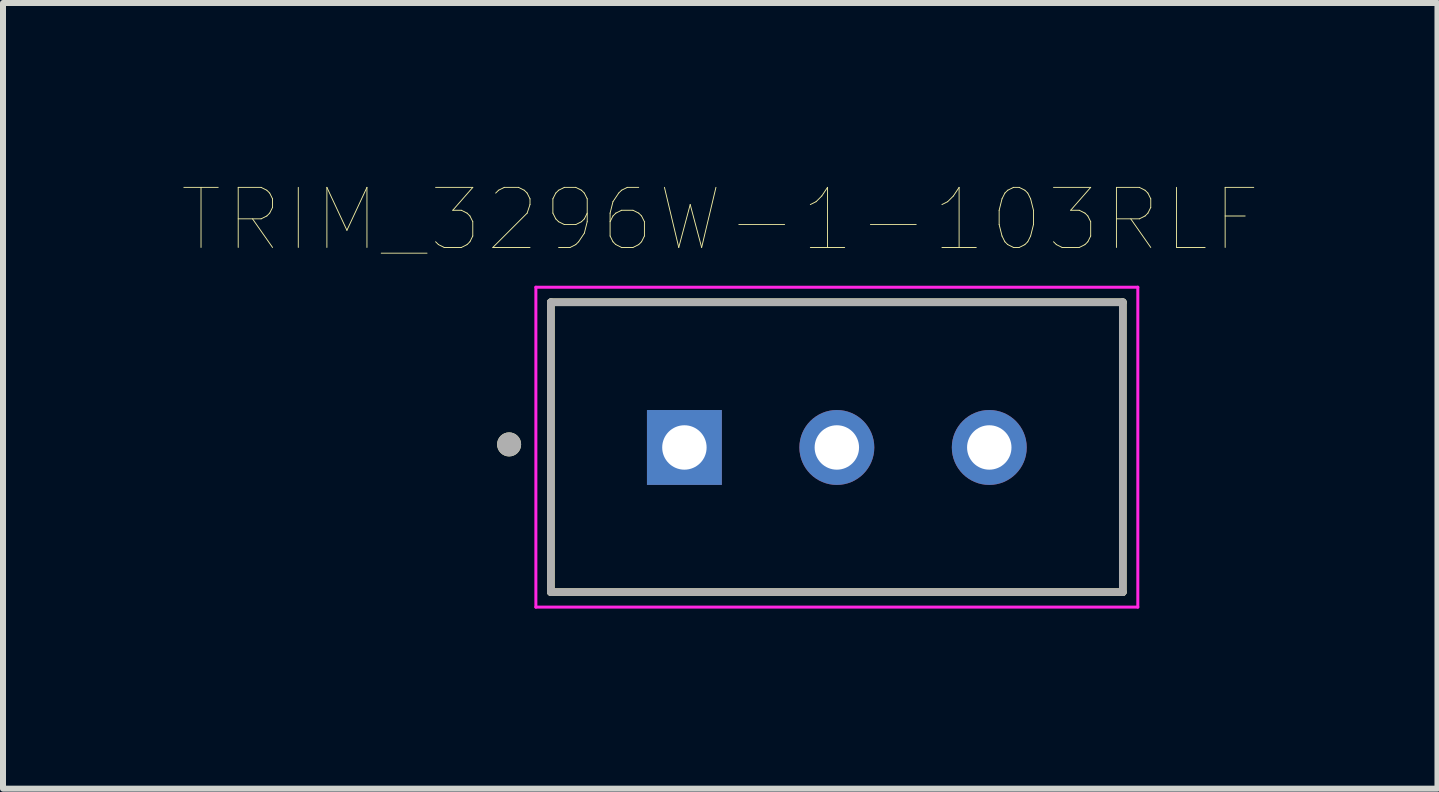
<source format=kicad_pcb>
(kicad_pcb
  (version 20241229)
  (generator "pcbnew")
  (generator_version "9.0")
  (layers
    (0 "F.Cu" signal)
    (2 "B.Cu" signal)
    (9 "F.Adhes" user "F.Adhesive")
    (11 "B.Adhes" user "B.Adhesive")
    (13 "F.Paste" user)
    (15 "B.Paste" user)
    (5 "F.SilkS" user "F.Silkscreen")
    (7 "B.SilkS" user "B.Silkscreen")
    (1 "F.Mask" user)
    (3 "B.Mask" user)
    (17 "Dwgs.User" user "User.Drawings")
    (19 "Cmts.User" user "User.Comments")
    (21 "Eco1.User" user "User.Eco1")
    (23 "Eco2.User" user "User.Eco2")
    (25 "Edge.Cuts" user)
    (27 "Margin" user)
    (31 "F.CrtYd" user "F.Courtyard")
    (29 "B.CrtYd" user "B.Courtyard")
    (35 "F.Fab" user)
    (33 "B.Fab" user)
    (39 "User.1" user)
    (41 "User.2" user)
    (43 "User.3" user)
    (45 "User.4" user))
  (footprint "TRIM_3296W-1-103RLF"
    (layer "F.Cu")
    (at 10.894 4.406)
    (property "Reference" "TRIM_3296W-1-103RLF" (at -1.943 -3.795 0) (layer "F.SilkS") (effects (font (size 1.001 1.001) (thickness 0.015))))
    (attr through_hole)
    (fp_line (start -4.765 -2.42) (end -4.765 2.41) (stroke (width 0.127) (type solid)) (layer "F.SilkS"))
    (fp_line (start -4.765 2.41) (end 4.765 2.41) (stroke (width 0.127) (type solid)) (layer "F.SilkS"))
    (fp_line (start 4.765 -2.42) (end -4.765 -2.42) (stroke (width 0.127) (type solid)) (layer "F.SilkS"))
    (fp_line (start 4.765 2.41) (end 4.765 -2.42) (stroke (width 0.127) (type solid)) (layer "F.SilkS"))
    (fp_circle (center -5.461 -0.051) (end -5.361 -0.051) (stroke (width 0.2) (type solid)) (fill no) (layer "F.SilkS"))
    (fp_line (start -5.015 -2.67) (end 5.015 -2.67) (stroke (width 0.05) (type solid)) (layer "F.CrtYd"))
    (fp_line (start -5.015 2.66) (end -5.015 -2.67) (stroke (width 0.05) (type solid)) (layer "F.CrtYd"))
    (fp_line (start 5.015 -2.67) (end 5.015 2.66) (stroke (width 0.05) (type solid)) (layer "F.CrtYd"))
    (fp_line (start 5.015 2.66) (end -5.015 2.66) (stroke (width 0.05) (type solid)) (layer "F.CrtYd"))
    (fp_line (start -4.765 -2.42) (end -4.765 2.41) (stroke (width 0.127) (type solid)) (layer "F.Fab"))
    (fp_line (start -4.765 2.41) (end 4.765 2.41) (stroke (width 0.127) (type solid)) (layer "F.Fab"))
    (fp_line (start 4.765 -2.42) (end -4.765 -2.42) (stroke (width 0.127) (type solid)) (layer "F.Fab"))
    (fp_line (start 4.765 2.41) (end 4.765 -2.42) (stroke (width 0.127) (type solid)) (layer "F.Fab"))
    (fp_circle (center -5.461 -0.051) (end -5.361 -0.051) (stroke (width 0.2) (type solid)) (fill no) (layer "F.Fab"))
    (pad "1" thru_hole rect (at -2.54 0) (size 1.248 1.248) (drill 0.74) (layers "*.Cu" "*.Mask"))
    (pad "2" thru_hole circle (at 0 0) (size 1.248 1.248) (drill 0.74) (layers "*.Cu" "*.Mask"))
    (pad "3" thru_hole circle (at 2.54 0) (size 1.248 1.248) (drill 0.74) (layers "*.Cu" "*.Mask")))
  (gr_rect
    (start -3 -3)
    (end 20.902 10.091)
    (stroke (width 0.1) (type default))
    (fill no)
    (layer "Edge.Cuts")))
</source>
